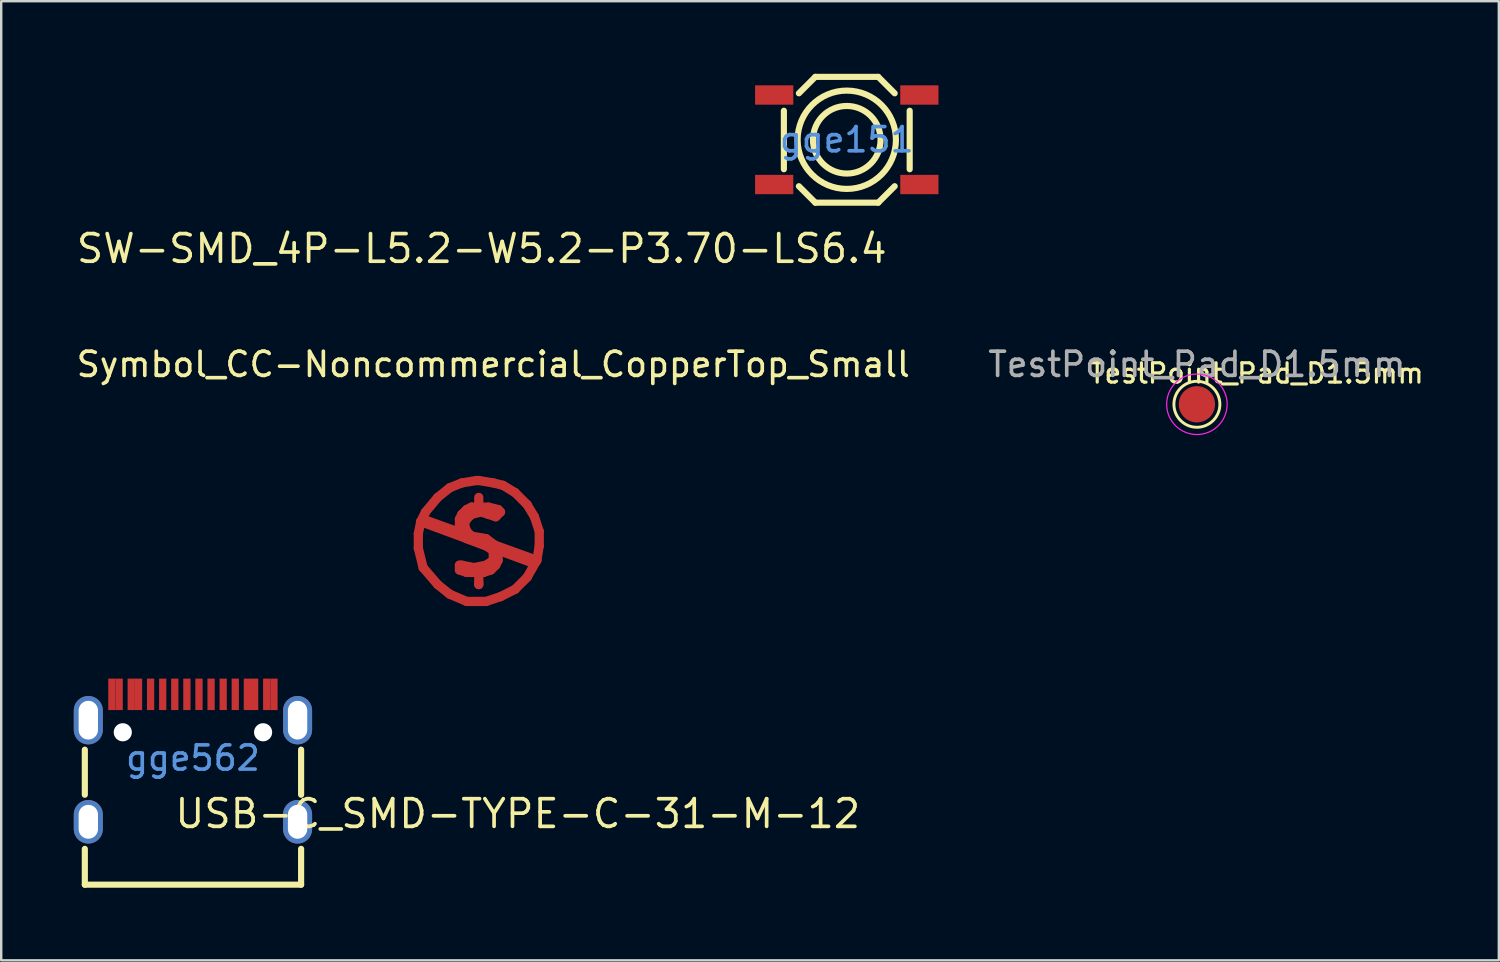
<source format=kicad_pcb>
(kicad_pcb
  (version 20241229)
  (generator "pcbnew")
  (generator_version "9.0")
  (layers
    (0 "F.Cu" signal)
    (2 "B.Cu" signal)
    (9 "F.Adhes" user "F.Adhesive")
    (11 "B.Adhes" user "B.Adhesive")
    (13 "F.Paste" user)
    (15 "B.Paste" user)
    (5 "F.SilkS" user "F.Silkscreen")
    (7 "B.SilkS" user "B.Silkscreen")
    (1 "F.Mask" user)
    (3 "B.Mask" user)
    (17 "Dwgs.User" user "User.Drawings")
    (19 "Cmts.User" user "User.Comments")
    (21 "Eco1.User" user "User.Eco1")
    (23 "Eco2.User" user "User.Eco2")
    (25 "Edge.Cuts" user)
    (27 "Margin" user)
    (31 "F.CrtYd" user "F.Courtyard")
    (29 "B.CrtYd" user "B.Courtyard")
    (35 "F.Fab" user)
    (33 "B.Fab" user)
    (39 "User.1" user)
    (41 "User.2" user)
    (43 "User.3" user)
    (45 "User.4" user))
  (footprint "Symbol_CC-Noncommercial_CopperTop_Small"
    (layer "F.Cu")
    (at 16.74 19.311)
    (property "Reference" "Symbol_CC-Noncommercial_CopperTop_Small" (at 0.599 -7.3 0) (layer "F.SilkS") (effects (font (size 1 1) (thickness 0.15))))
    (attr exclude_from_pos_files)
    (fp_line (start -2.499 -0.3) (end -2.499 0.3) (stroke (width 0.381) (type solid)) (layer "F.Cu"))
    (fp_line (start -2.499 0.3) (end -2.301 1.1) (stroke (width 0.381) (type solid)) (layer "F.Cu"))
    (fp_line (start -2.4 -0.8) (end -2.499 -0.3) (stroke (width 0.381) (type solid)) (layer "F.Cu"))
    (fp_line (start -2.4 -0.8) (end 2.2 0.899) (stroke (width 0.381) (type solid)) (layer "F.Cu"))
    (fp_line (start -2.301 -0.899) (end 2.4 0.8) (stroke (width 0.381) (type solid)) (layer "F.Cu"))
    (fp_line (start -2.301 1.1) (end -1.699 1.801) (stroke (width 0.381) (type solid)) (layer "F.Cu"))
    (fp_line (start -2.2 -1.199) (end -2.4 -0.8) (stroke (width 0.381) (type solid)) (layer "F.Cu"))
    (fp_line (start -1.699 -1.801) (end -2.2 -1.199) (stroke (width 0.381) (type solid)) (layer "F.Cu"))
    (fp_line (start -1.699 1.801) (end -1.199 2.2) (stroke (width 0.381) (type solid)) (layer "F.Cu"))
    (fp_line (start -1.199 -2.2) (end -1.699 -1.801) (stroke (width 0.381) (type solid)) (layer "F.Cu"))
    (fp_line (start -1.199 2.2) (end -0.5 2.499) (stroke (width 0.381) (type solid)) (layer "F.Cu"))
    (fp_line (start -0.8 -0.899) (end -0.8 -0.599) (stroke (width 0.381) (type solid)) (layer "F.Cu"))
    (fp_line (start -0.8 -0.599) (end -0.701 -0.3) (stroke (width 0.381) (type solid)) (layer "F.Cu"))
    (fp_line (start -0.8 1.001) (end -0.8 1.199) (stroke (width 0.381) (type solid)) (layer "F.Cu"))
    (fp_line (start -0.8 1.199) (end -0.5 1.3) (stroke (width 0.381) (type solid)) (layer "F.Cu"))
    (fp_line (start -0.701 -2.4) (end -1.199 -2.2) (stroke (width 0.381) (type solid)) (layer "F.Cu"))
    (fp_line (start -0.701 -1.1) (end -0.8 -0.899) (stroke (width 0.381) (type solid)) (layer "F.Cu"))
    (fp_line (start -0.701 -0.3) (end -0.5 -0.099) (stroke (width 0.381) (type solid)) (layer "F.Cu"))
    (fp_line (start -0.701 1.001) (end -0.8 1.001) (stroke (width 0.381) (type solid)) (layer "F.Cu"))
    (fp_line (start -0.599 -0.701) (end -0.5 -0.899) (stroke (width 0.381) (type solid)) (layer "F.Cu"))
    (fp_line (start -0.5 -1.3) (end -0.701 -1.1) (stroke (width 0.381) (type solid)) (layer "F.Cu"))
    (fp_line (start -0.5 -0.899) (end -0.3 -1.1) (stroke (width 0.381) (type solid)) (layer "F.Cu"))
    (fp_line (start -0.5 -0.399) (end -0.599 -0.701) (stroke (width 0.381) (type solid)) (layer "F.Cu"))
    (fp_line (start -0.5 -0.099) (end 0.3 0.201) (stroke (width 0.381) (type solid)) (layer "F.Cu"))
    (fp_line (start -0.5 1.3) (end 0.201 1.3) (stroke (width 0.381) (type solid)) (layer "F.Cu"))
    (fp_line (start -0.5 2.499) (end 0.3 2.499) (stroke (width 0.381) (type solid)) (layer "F.Cu"))
    (fp_line (start -0.3 -1.4) (end -0.5 -1.3) (stroke (width 0.381) (type solid)) (layer "F.Cu"))
    (fp_line (start -0.3 -1.1) (end 0.099 -1.199) (stroke (width 0.381) (type solid)) (layer "F.Cu"))
    (fp_line (start -0.3 -0.201) (end -0.5 -0.399) (stroke (width 0.381) (type solid)) (layer "F.Cu"))
    (fp_line (start -0.201 1.1) (end -0.701 1.001) (stroke (width 0.381) (type solid)) (layer "F.Cu"))
    (fp_line (start -0.099 -2.499) (end -0.701 -2.4) (stroke (width 0.381) (type solid)) (layer "F.Cu"))
    (fp_line (start 0 -2.499) (end -0.099 -2.499) (stroke (width 0.381) (type solid)) (layer "F.Cu"))
    (fp_line (start 0 -1.501) (end 0 -1.801) (stroke (width 0.381) (type solid)) (layer "F.Cu"))
    (fp_line (start 0 1.3) (end 0 1.801) (stroke (width 0.381) (type solid)) (layer "F.Cu"))
    (fp_line (start 0 1.801) (end 0 1.699) (stroke (width 0.381) (type solid)) (layer "F.Cu"))
    (fp_line (start 0.099 -1.199) (end 0.399 -1.1) (stroke (width 0.381) (type solid)) (layer "F.Cu"))
    (fp_line (start 0.201 1.3) (end 0.5 1.199) (stroke (width 0.381) (type solid)) (layer "F.Cu"))
    (fp_line (start 0.3 -0.099) (end -0.3 -0.201) (stroke (width 0.381) (type solid)) (layer "F.Cu"))
    (fp_line (start 0.3 0.201) (end 0.599 0.399) (stroke (width 0.381) (type solid)) (layer "F.Cu"))
    (fp_line (start 0.3 1.001) (end -0.201 1.1) (stroke (width 0.381) (type solid)) (layer "F.Cu"))
    (fp_line (start 0.3 2.499) (end 0.899 2.301) (stroke (width 0.381) (type solid)) (layer "F.Cu"))
    (fp_line (start 0.399 -1.4) (end -0.3 -1.4) (stroke (width 0.381) (type solid)) (layer "F.Cu"))
    (fp_line (start 0.399 -1.1) (end 0.701 -1.001) (stroke (width 0.381) (type solid)) (layer "F.Cu"))
    (fp_line (start 0.5 1.199) (end 0.701 1.001) (stroke (width 0.381) (type solid)) (layer "F.Cu"))
    (fp_line (start 0.599 -2.4) (end 0 -2.499) (stroke (width 0.381) (type solid)) (layer "F.Cu"))
    (fp_line (start 0.599 0.399) (end 0.599 0.8) (stroke (width 0.381) (type solid)) (layer "F.Cu"))
    (fp_line (start 0.599 0.8) (end 0.3 1.001) (stroke (width 0.381) (type solid)) (layer "F.Cu"))
    (fp_line (start 0.701 -1.001) (end 0.899 -1.199) (stroke (width 0.381) (type solid)) (layer "F.Cu"))
    (fp_line (start 0.701 0.201) (end 0.3 -0.099) (stroke (width 0.381) (type solid)) (layer "F.Cu"))
    (fp_line (start 0.701 1.001) (end 0.8 0.8) (stroke (width 0.381) (type solid)) (layer "F.Cu"))
    (fp_line (start 0.8 -1.3) (end 0.399 -1.4) (stroke (width 0.381) (type solid)) (layer "F.Cu"))
    (fp_line (start 0.8 0.5) (end 0.701 0.201) (stroke (width 0.381) (type solid)) (layer "F.Cu"))
    (fp_line (start 0.8 0.8) (end 0.8 0.5) (stroke (width 0.381) (type solid)) (layer "F.Cu"))
    (fp_line (start 0.899 -1.199) (end 0.8 -1.3) (stroke (width 0.381) (type solid)) (layer "F.Cu"))
    (fp_line (start 0.899 2.301) (end 1.501 1.999) (stroke (width 0.381) (type solid)) (layer "F.Cu"))
    (fp_line (start 1.001 -2.301) (end 0.599 -2.4) (stroke (width 0.381) (type solid)) (layer "F.Cu"))
    (fp_line (start 1.501 -1.999) (end 1.001 -2.301) (stroke (width 0.381) (type solid)) (layer "F.Cu"))
    (fp_line (start 1.501 1.999) (end 1.999 1.501) (stroke (width 0.381) (type solid)) (layer "F.Cu"))
    (fp_line (start 1.999 -1.501) (end 1.501 -1.999) (stroke (width 0.381) (type solid)) (layer "F.Cu"))
    (fp_line (start 1.999 1.501) (end 2.4 0.8) (stroke (width 0.381) (type solid)) (layer "F.Cu"))
    (fp_line (start 2.301 -1.001) (end 1.999 -1.501) (stroke (width 0.381) (type solid)) (layer "F.Cu"))
    (fp_line (start 2.4 0.8) (end 2.499 0.201) (stroke (width 0.381) (type solid)) (layer "F.Cu"))
    (fp_line (start 2.499 -0.399) (end 2.301 -1.001) (stroke (width 0.381) (type solid)) (layer "F.Cu"))
    (fp_line (start 2.499 0.201) (end 2.499 -0.399) (stroke (width 0.381) (type solid)) (layer "F.Cu")))
  (footprint "USB-C_SMD-TYPE-C-31-M-12"
    (layer "F.Cu")
    (at 4.925 28.284)
    (property "Reference" "USB-C_SMD-TYPE-C-31-M-12" (at -0.825 2.301 0) (layer "F.SilkS") (effects (font (size 1.143 1.143) (thickness 0.152)) (justify left)))
    (attr smd)
    (fp_line (start -4.469 1.516) (end -4.469 -0.347) (stroke (width 0.254) (type solid)) (layer "F.SilkS"))
    (fp_line (start -4.469 5.234) (end -4.469 3.753) (stroke (width 0.254) (type solid)) (layer "F.SilkS"))
    (fp_line (start 4.471 1.516) (end 4.471 -0.348) (stroke (width 0.254) (type solid)) (layer "F.SilkS"))
    (fp_line (start 4.471 5.234) (end -4.469 5.234) (stroke (width 0.254) (type solid)) (layer "F.SilkS"))
    (fp_line (start 4.471 5.234) (end 4.471 3.752) (stroke (width 0.254) (type solid)) (layer "F.SilkS"))
    (fp_poly (pts (xy -1.9 -3.284) (xy -1.6 -3.284) (xy -1.6 -1.985) (xy -1.9 -1.985)) (stroke (width 0) (type solid)) (fill yes) (layer "F.Paste"))
    (fp_poly (pts (xy -1.4 -3.284) (xy -1.1 -3.284) (xy -1.1 -1.985) (xy -1.4 -1.985)) (stroke (width 0) (type solid)) (fill yes) (layer "F.Paste"))
    (fp_poly (pts (xy -0.9 -3.284) (xy -0.6 -3.284) (xy -0.6 -1.985) (xy -0.9 -1.985)) (stroke (width 0) (type solid)) (fill yes) (layer "F.Paste"))
    (fp_poly (pts (xy -0.4 -3.284) (xy -0.1 -3.284) (xy -0.1 -1.985) (xy -0.4 -1.985)) (stroke (width 0) (type solid)) (fill yes) (layer "F.Paste"))
    (fp_poly (pts (xy 0.1 -3.284) (xy 0.4 -3.284) (xy 0.4 -1.985) (xy 0.1 -1.985)) (stroke (width 0) (type solid)) (fill yes) (layer "F.Paste"))
    (fp_poly (pts (xy 0.6 -3.284) (xy 0.9 -3.284) (xy 0.9 -1.985) (xy 0.6 -1.985)) (stroke (width 0) (type solid)) (fill yes) (layer "F.Paste"))
    (fp_poly (pts (xy 1.1 -3.284) (xy 1.4 -3.284) (xy 1.4 -1.985) (xy 1.1 -1.985)) (stroke (width 0) (type solid)) (fill yes) (layer "F.Paste"))
    (fp_poly (pts (xy 1.6 -3.284) (xy 1.9 -3.284) (xy 1.9 -1.985) (xy 1.6 -1.985)) (stroke (width 0) (type solid)) (fill yes) (layer "F.Paste"))
    (fp_poly (pts (xy -3.45 -3.284) (xy -2.95 -3.284) (xy -2.95 -1.984) (xy -3.45 -1.984) (xy -3.45 -2.007)) (stroke (width 0) (type solid)) (fill yes) (layer "F.Paste"))
    (fp_poly (pts (xy -2.65 -3.284) (xy -2.15 -3.284) (xy -2.15 -1.984) (xy -2.65 -1.984) (xy -2.65 -2.007)) (stroke (width 0) (type solid)) (fill yes) (layer "F.Paste"))
    (fp_poly (pts (xy 2.15 -3.284) (xy 2.65 -3.284) (xy 2.65 -1.984) (xy 2.15 -1.984) (xy 2.15 -2.007)) (stroke (width 0) (type solid)) (fill yes) (layer "F.Paste"))
    (fp_poly (pts (xy 2.95 -3.284) (xy 3.45 -3.284) (xy 3.45 -1.984) (xy 2.95 -1.984) (xy 2.95 -2.007)) (stroke (width 0) (type solid)) (fill yes) (layer "F.Paste"))
    (fp_circle (center -2.9 -1.066) (end -2.775 -1.066) (stroke (width 0.25) (type solid)) (fill no) (layer "Cmts.User"))
    (fp_circle (center 2.9 -1.066) (end 3.025 -1.066) (stroke (width 0.25) (type solid)) (fill no) (layer "Cmts.User"))
    (fp_text user "gge562" (at 0 0 0) (layer "Cmts.User") (effects (font (size 1 1) (thickness 0.15))))
    (pad "" np_thru_hole circle (at -2.9 -1.066) (size 0.75 0.75) (drill 0.75) (layers "*.Cu" "*.Mask"))
    (pad "" np_thru_hole circle (at 2.9 -1.066) (size 0.75 0.75) (drill 0.75) (layers "*.Cu" "*.Mask"))
    (pad "0" thru_hole oval (at -4.325 -1.566) (size 1.2 2) (drill oval 0.8 1.6) (layers "*.Cu" "*.Paste" "*.Mask"))
    (pad "0" thru_hole oval (at -4.325 2.634) (size 1.2 1.8) (drill oval 0.8 1.4) (layers "*.Cu" "*.Paste" "*.Mask"))
    (pad "0" thru_hole oval (at 4.325 -1.566) (size 1.2 2) (drill oval 0.8 1.6) (layers "*.Cu" "*.Paste" "*.Mask"))
    (pad "0" thru_hole oval (at 4.325 2.634) (size 1.2 1.8) (drill oval 0.8 1.4) (layers "*.Cu" "*.Paste" "*.Mask"))
    (pad "A1" smd rect (at -3.35 -2.634) (size 0.3 1.3) (layers "F.Cu" "F.Mask" "F.Paste"))
    (pad "A4" smd rect (at -2.55 -2.634) (size 0.3 1.3) (layers "F.Cu" "F.Mask" "F.Paste"))
    (pad "A5" smd rect (at -1.25 -2.634) (size 0.3 1.3) (layers "F.Cu" "F.Mask" "F.Paste"))
    (pad "A6" smd rect (at -0.25 -2.634) (size 0.3 1.3) (layers "F.Cu" "F.Mask" "F.Paste"))
    (pad "A7" smd rect (at 0.25 -2.634) (size 0.3 1.3) (layers "F.Cu" "F.Mask" "F.Paste"))
    (pad "A8" smd rect (at 1.25 -2.634) (size 0.3 1.3) (layers "F.Cu" "F.Mask" "F.Paste"))
    (pad "A9" smd rect (at 2.55 -2.634) (size 0.3 1.3) (layers "F.Cu" "F.Mask" "F.Paste"))
    (pad "A12" smd rect (at 3.35 -2.634) (size 0.3 1.3) (layers "F.Cu" "F.Mask" "F.Paste"))
    (pad "B1" smd rect (at 3.05 -2.634) (size 0.3 1.3) (layers "F.Cu" "F.Mask" "F.Paste"))
    (pad "B4" smd rect (at 2.25 -2.634) (size 0.3 1.3) (layers "F.Cu" "F.Mask" "F.Paste"))
    (pad "B5" smd rect (at 1.75 -2.634) (size 0.3 1.3) (layers "F.Cu" "F.Mask" "F.Paste"))
    (pad "B6" smd rect (at 0.75 -2.634) (size 0.3 1.3) (layers "F.Cu" "F.Mask" "F.Paste"))
    (pad "B7" smd rect (at -0.75 -2.634) (size 0.3 1.3) (layers "F.Cu" "F.Mask" "F.Paste"))
    (pad "B8" smd rect (at -1.75 -2.634) (size 0.3 1.3) (layers "F.Cu" "F.Mask" "F.Paste"))
    (pad "B9" smd rect (at -2.25 -2.634) (size 0.3 1.3) (layers "F.Cu" "F.Mask" "F.Paste"))
    (pad "B12" smd rect (at -3.05 -2.634) (size 0.3 1.3) (layers "F.Cu" "F.Mask" "F.Paste")))
  (footprint "TestPoint_Pad_D1.5mm"
    (layer "F.Cu")
    (at 46.423 13.661)
    (property "Reference" "TestPoint_Pad_D1.5mm" (at 2.47 -1.28 0) (layer "F.SilkS") (effects (font (size 0.8 0.8) (thickness 0.13))))
    (attr exclude_from_pos_files)
    (fp_circle (center 0 0) (end 0 0.95) (stroke (width 0.12) (type solid)) (fill no) (layer "F.SilkS"))
    (fp_circle (center 0 0) (end 1.25 0) (stroke (width 0.05) (type solid)) (fill no) (layer "F.CrtYd"))
    (fp_text user "${REFERENCE}" (at 0 -1.65 0) (layer "F.Fab") (effects (font (size 1 1) (thickness 0.15))))
    (pad "1" smd circle (at 0 0) (size 1.5 1.5) (layers "F.Cu" "F.Mask")))
  (footprint "SW-SMD_4P-L5.2-W5.2-P3.70-LS6.4"
    (layer "F.Cu")
    (at 31.951 2.727)
    (property "Reference" "SW-SMD_4P-L5.2-W5.2-P3.70-LS6.4" (at 1.75 4.5 0) (layer "F.SilkS") (effects (font (size 1.143 1.143) (thickness 0.152)) (justify right)))
    (attr smd)
    (fp_line (start -2.6 -1.2) (end -2.6 1.219) (stroke (width 0.254) (type solid)) (layer "F.SilkS"))
    (fp_line (start -1.98 1.92) (end -1.3 2.6) (stroke (width 0.254) (type solid)) (layer "F.SilkS"))
    (fp_line (start -1.3 -2.6) (end -1.98 -1.92) (stroke (width 0.254) (type solid)) (layer "F.SilkS"))
    (fp_line (start -1.3 2.6) (end 1.3 2.6) (stroke (width 0.254) (type solid)) (layer "F.SilkS"))
    (fp_line (start 1.3 -2.6) (end -1.3 -2.6) (stroke (width 0.254) (type solid)) (layer "F.SilkS"))
    (fp_line (start 1.3 2.6) (end 1.98 1.92) (stroke (width 0.254) (type solid)) (layer "F.SilkS"))
    (fp_line (start 1.98 -1.92) (end 1.3 -2.6) (stroke (width 0.254) (type solid)) (layer "F.SilkS"))
    (fp_line (start 2.6 -1.2) (end 2.6 1.219) (stroke (width 0.254) (type solid)) (layer "F.SilkS"))
    (fp_circle (center 0 0) (end 1.397 0) (stroke (width 0.254) (type solid)) (fill no) (layer "F.SilkS"))
    (fp_circle (center 0 0) (end 2.032 0) (stroke (width 0.254) (type solid)) (fill no) (layer "F.SilkS"))
    (fp_text user "gge151" (at 0 0 0) (layer "Cmts.User") (effects (font (size 1 1) (thickness 0.15))))
    (pad "1" smd rect (at -3 -1.85 180) (size 1.58 0.8) (layers "F.Cu" "F.Mask" "F.Paste"))
    (pad "2" smd rect (at 3 -1.85 180) (size 1.58 0.8) (layers "F.Cu" "F.Mask" "F.Paste"))
    (pad "3" smd rect (at -3 1.85 180) (size 1.58 0.8) (layers "F.Cu" "F.Mask" "F.Paste"))
    (pad "4" smd rect (at 3 1.85 180) (size 1.58 0.8) (layers "F.Cu" "F.Mask" "F.Paste")))
  (gr_rect
    (start -3 -3)
    (end 58.903 36.645)
    (stroke (width 0.1) (type default))
    (fill no)
    (layer "Edge.Cuts")))
</source>
